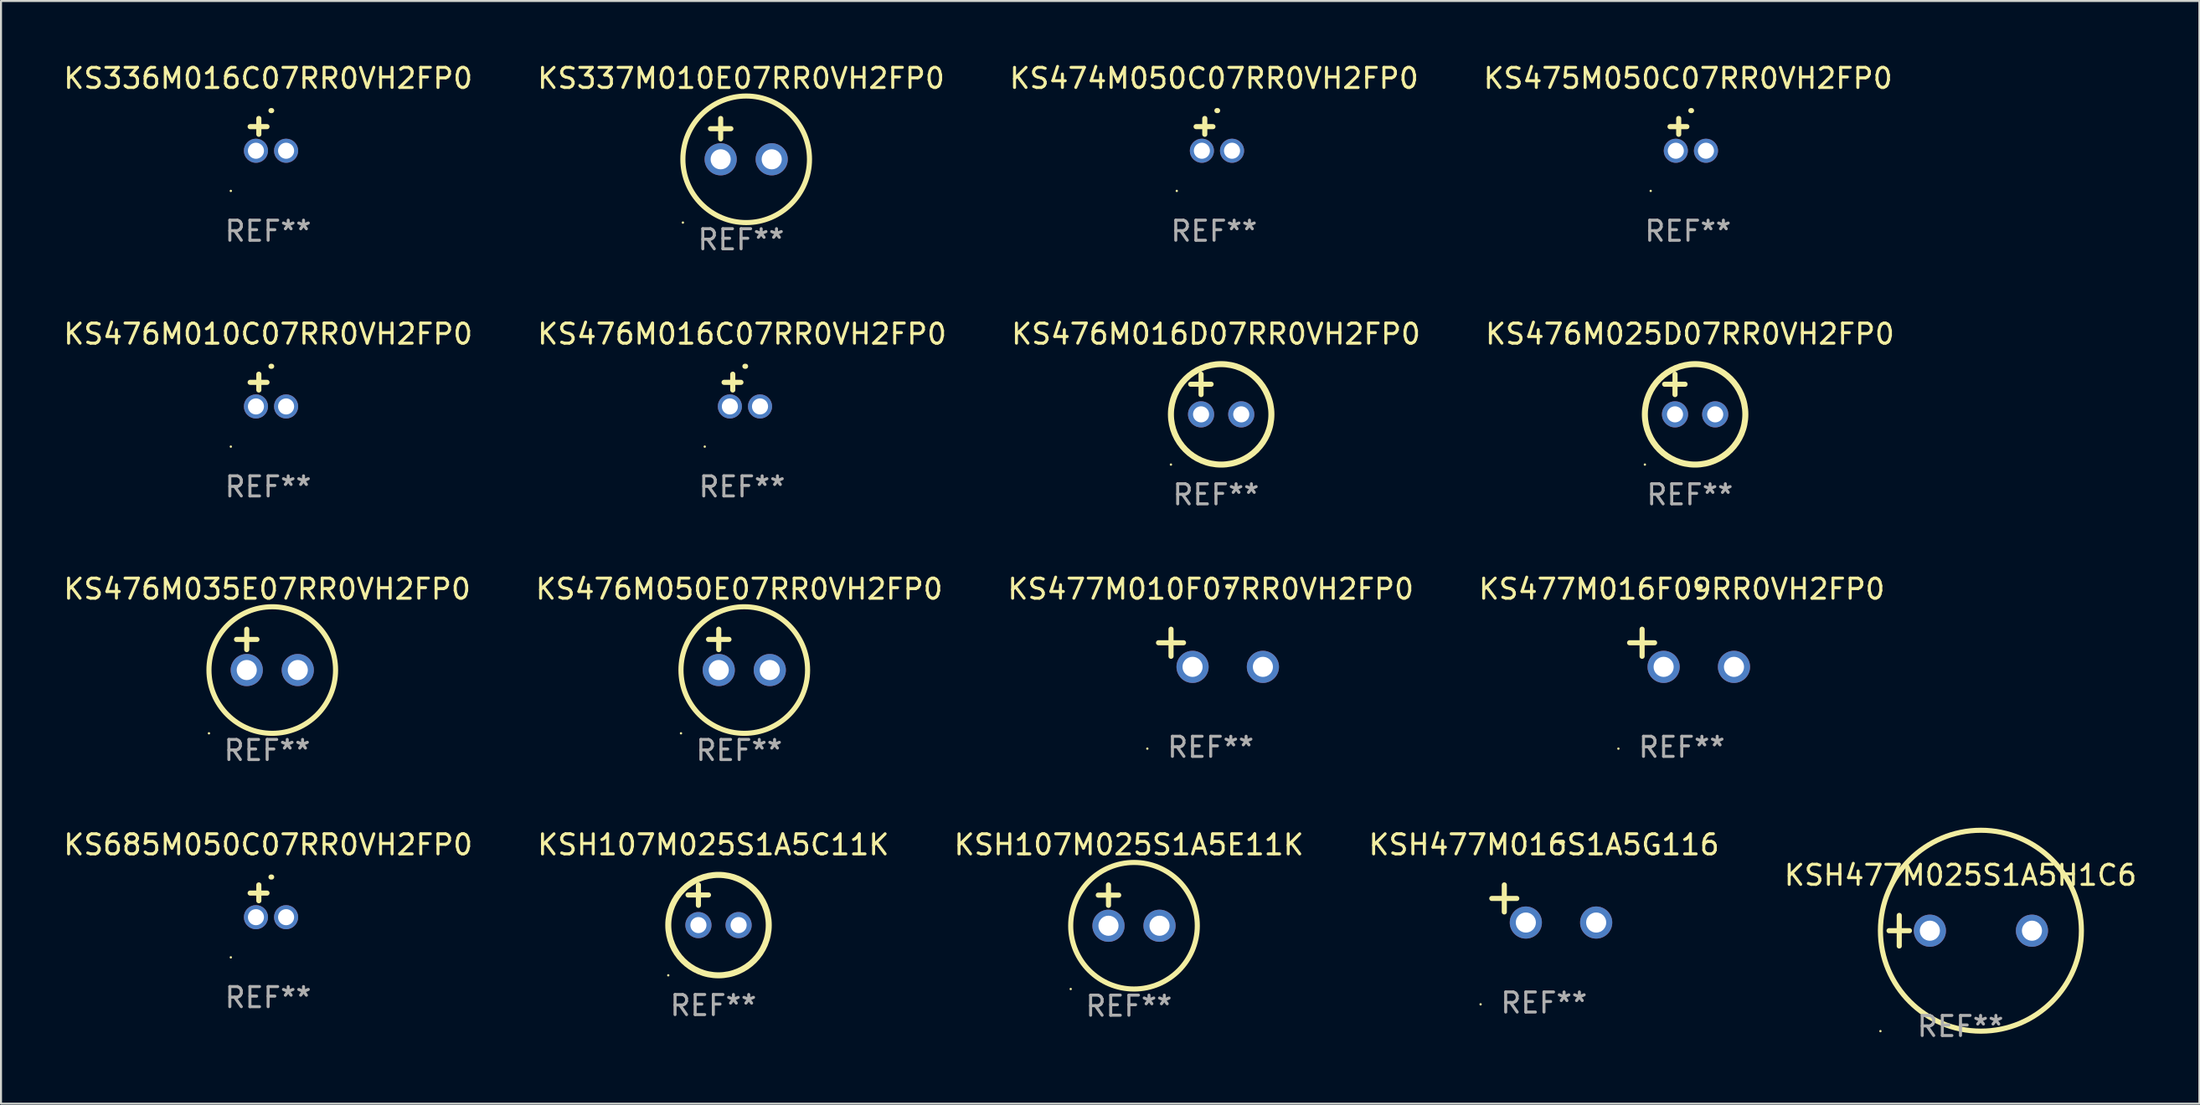
<source format=kicad_pcb>
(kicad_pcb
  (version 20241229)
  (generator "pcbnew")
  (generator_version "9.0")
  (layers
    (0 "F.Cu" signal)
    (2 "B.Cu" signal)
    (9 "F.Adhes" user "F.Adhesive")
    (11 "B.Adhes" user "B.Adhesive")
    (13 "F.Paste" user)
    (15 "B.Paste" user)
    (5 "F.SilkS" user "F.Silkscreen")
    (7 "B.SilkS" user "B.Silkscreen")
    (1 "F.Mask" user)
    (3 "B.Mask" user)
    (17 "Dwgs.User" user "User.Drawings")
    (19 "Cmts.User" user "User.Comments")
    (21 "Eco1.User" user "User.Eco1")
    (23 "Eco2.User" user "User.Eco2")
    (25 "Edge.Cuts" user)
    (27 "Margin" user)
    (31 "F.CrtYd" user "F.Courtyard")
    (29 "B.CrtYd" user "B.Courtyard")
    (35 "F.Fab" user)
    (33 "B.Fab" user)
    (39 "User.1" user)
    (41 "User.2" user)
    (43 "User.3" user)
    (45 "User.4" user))
  (footprint "KS476M016C07RR0VH2FP0"
    (layer "F.Cu")
    (at 33.875 16.38)
    (property "Reference" "KS476M016C07RR0VH2FP0" (at 0 -2.803 0) (layer "F.SilkS") (effects (font (size 1 1) (thickness 0.15))))
    (attr through_hole)
    (fp_line (start -0.462 -0.016) (end -0.462 -0.803) (stroke (width 0.254) (type solid)) (layer "F.SilkS"))
    (fp_line (start -0.056 -0.397) (end -0.894 -0.397) (stroke (width 0.254) (type solid)) (layer "F.SilkS"))
    (fp_arc (start 0.142799 -1.195784) (mid 0.159309 -1.195852) (end 0.175819 -1.195784) (stroke (width 0.254001) (type solid)) (layer "F.SilkS"))
    (fp_circle (center -1.856 2.803) (end -1.826 2.803) (stroke (width 0.06) (type solid)) (fill no) (layer "F.SilkS"))
    (fp_text user "REF**" (at 0 4.803 0) (layer "F.Fab") (effects (font (size 1 1) (thickness 0.15))))
    (pad "1" thru_hole circle (at -0.606 0.803) (size 1.2 1.2) (drill 0.8) (layers "*.Cu" "*.Mask"))
    (pad "2" thru_hole circle (at 0.894 0.803) (size 1.2 1.2) (drill 0.8) (layers "*.Cu" "*.Mask")))
  (footprint "KSH107M025S1A5E11K"
    (layer "F.Cu")
    (at 53.125 42.018)
    (property "Reference" "KSH107M025S1A5E11K" (at 0 -3.016 0) (layer "F.SilkS") (effects (font (size 1 1) (thickness 0.15))))
    (attr through_hole)
    (fp_line (start -1.524 -0.508) (end -0.508 -0.508) (stroke (width 0.254) (type solid)) (layer "F.SilkS"))
    (fp_line (start -1.016 -1.016) (end -1.016 0) (stroke (width 0.254) (type solid)) (layer "F.SilkS"))
    (fp_circle (center -2.896 4.166) (end -2.866 4.166) (stroke (width 0.06) (type solid)) (fill no) (layer "F.SilkS"))
    (fp_circle (center 0.254 1.016) (end 3.404 1.016) (stroke (width 0.254) (type solid)) (fill no) (layer "F.SilkS"))
    (fp_text user "REF**" (at 0 5.016 0) (layer "F.Fab") (effects (font (size 1 1) (thickness 0.15))))
    (pad "1" thru_hole circle (at -1.016 1.016) (size 1.6 1.6) (drill 1) (layers "*.Cu" "*.Mask"))
    (pad "2" thru_hole circle (at 1.524 1.016) (size 1.6 1.6) (drill 1) (layers "*.Cu" "*.Mask")))
  (footprint "KS685M050C07RR0VH2FP0"
    (layer "F.Cu")
    (at 10.292 41.805)
    (property "Reference" "KS685M050C07RR0VH2FP0" (at 0 -2.803 0) (layer "F.SilkS") (effects (font (size 1 1) (thickness 0.15))))
    (attr through_hole)
    (fp_line (start -0.462 -0.016) (end -0.462 -0.803) (stroke (width 0.254) (type solid)) (layer "F.SilkS"))
    (fp_line (start -0.056 -0.397) (end -0.894 -0.397) (stroke (width 0.254) (type solid)) (layer "F.SilkS"))
    (fp_arc (start 0.142799 -1.195784) (mid 0.159309 -1.195852) (end 0.175819 -1.195784) (stroke (width 0.254001) (type solid)) (layer "F.SilkS"))
    (fp_circle (center -1.856 2.803) (end -1.826 2.803) (stroke (width 0.06) (type solid)) (fill no) (layer "F.SilkS"))
    (fp_text user "REF**" (at 0 4.803 0) (layer "F.Fab") (effects (font (size 1 1) (thickness 0.15))))
    (pad "1" thru_hole circle (at -0.606 0.803) (size 1.2 1.2) (drill 0.8) (layers "*.Cu" "*.Mask"))
    (pad "2" thru_hole circle (at 0.894 0.803) (size 1.2 1.2) (drill 0.8) (layers "*.Cu" "*.Mask")))
  (footprint "KS476M050E07RR0VH2FP0"
    (layer "F.Cu")
    (at 33.732 29.289)
    (property "Reference" "KS476M050E07RR0VH2FP0" (at 0 -3.016 0) (layer "F.SilkS") (effects (font (size 1 1) (thickness 0.15))))
    (attr through_hole)
    (fp_line (start -1.524 -0.508) (end -0.508 -0.508) (stroke (width 0.254) (type solid)) (layer "F.SilkS"))
    (fp_line (start -1.016 -1.016) (end -1.016 0) (stroke (width 0.254) (type solid)) (layer "F.SilkS"))
    (fp_circle (center -2.896 4.166) (end -2.866 4.166) (stroke (width 0.06) (type solid)) (fill no) (layer "F.SilkS"))
    (fp_circle (center 0.254 1.016) (end 3.404 1.016) (stroke (width 0.254) (type solid)) (fill no) (layer "F.SilkS"))
    (fp_text user "REF**" (at 0 5.016 0) (layer "F.Fab") (effects (font (size 1 1) (thickness 0.15))))
    (pad "1" thru_hole circle (at -1.016 1.016) (size 1.6 1.6) (drill 1) (layers "*.Cu" "*.Mask"))
    (pad "2" thru_hole circle (at 1.524 1.016) (size 1.6 1.6) (drill 1) (layers "*.Cu" "*.Mask")))
  (footprint "KSH477M025S1A5H1C6"
    (layer "F.Cu")
    (at 94.506 43.281)
    (property "Reference" "KSH477M025S1A5H1C6" (at 0 -2.762 0) (layer "F.SilkS") (effects (font (size 1 1) (thickness 0.15))))
    (attr through_hole)
    (fp_line (start -3.556 0) (end -2.54 0) (stroke (width 0.254) (type solid)) (layer "F.SilkS"))
    (fp_line (start -3.048 -0.762) (end -3.048 0.762) (stroke (width 0.254) (type solid)) (layer "F.SilkS"))
    (fp_circle (center -3.984 5) (end -3.954 5) (stroke (width 0.06) (type solid)) (fill no) (layer "F.SilkS"))
    (fp_circle (center 1.016 0) (end 6.016 0) (stroke (width 0.254) (type solid)) (fill no) (layer "F.SilkS"))
    (fp_text user "REF**" (at 0 4.762 0) (layer "F.Fab") (effects (font (size 1 1) (thickness 0.15))))
    (pad "1" thru_hole circle (at -1.524 0) (size 1.6 1.6) (drill 1) (layers "*.Cu" "*.Mask"))
    (pad "2" thru_hole circle (at 3.556 0) (size 1.6 1.6) (drill 1) (layers "*.Cu" "*.Mask")))
  (footprint "KS336M016C07RR0VH2FP0"
    (layer "F.Cu")
    (at 10.292 3.651)
    (property "Reference" "KS336M016C07RR0VH2FP0" (at 0 -2.803 0) (layer "F.SilkS") (effects (font (size 1 1) (thickness 0.15))))
    (attr through_hole)
    (fp_line (start -0.462 -0.016) (end -0.462 -0.803) (stroke (width 0.254) (type solid)) (layer "F.SilkS"))
    (fp_line (start -0.056 -0.397) (end -0.894 -0.397) (stroke (width 0.254) (type solid)) (layer "F.SilkS"))
    (fp_arc (start 0.142799 -1.195784) (mid 0.159309 -1.195852) (end 0.175819 -1.195784) (stroke (width 0.254001) (type solid)) (layer "F.SilkS"))
    (fp_circle (center -1.856 2.803) (end -1.826 2.803) (stroke (width 0.06) (type solid)) (fill no) (layer "F.SilkS"))
    (fp_text user "REF**" (at 0 4.803 0) (layer "F.Fab") (effects (font (size 1 1) (thickness 0.15))))
    (pad "1" thru_hole circle (at -0.606 0.803) (size 1.2 1.2) (drill 0.8) (layers "*.Cu" "*.Mask"))
    (pad "2" thru_hole circle (at 0.894 0.803) (size 1.2 1.2) (drill 0.8) (layers "*.Cu" "*.Mask")))
  (footprint "KS476M035E07RR0VH2FP0"
    (layer "F.Cu")
    (at 10.244 29.289)
    (property "Reference" "KS476M035E07RR0VH2FP0" (at 0 -3.016 0) (layer "F.SilkS") (effects (font (size 1 1) (thickness 0.15))))
    (attr through_hole)
    (fp_line (start -1.524 -0.508) (end -0.508 -0.508) (stroke (width 0.254) (type solid)) (layer "F.SilkS"))
    (fp_line (start -1.016 -1.016) (end -1.016 0) (stroke (width 0.254) (type solid)) (layer "F.SilkS"))
    (fp_circle (center -2.896 4.166) (end -2.866 4.166) (stroke (width 0.06) (type solid)) (fill no) (layer "F.SilkS"))
    (fp_circle (center 0.254 1.016) (end 3.404 1.016) (stroke (width 0.254) (type solid)) (fill no) (layer "F.SilkS"))
    (fp_text user "REF**" (at 0 5.016 0) (layer "F.Fab") (effects (font (size 1 1) (thickness 0.15))))
    (pad "1" thru_hole circle (at -1.016 1.016) (size 1.6 1.6) (drill 1) (layers "*.Cu" "*.Mask"))
    (pad "2" thru_hole circle (at 1.524 1.016) (size 1.6 1.6) (drill 1) (layers "*.Cu" "*.Mask")))
  (footprint "KS477M016F09RR0VH2FP0"
    (layer "F.Cu")
    (at 80.637 29.21)
    (property "Reference" "KS477M016F09RR0VH2FP0" (at 0 -2.937 0) (layer "F.SilkS") (effects (font (size 1 1) (thickness 0.15))))
    (attr through_hole)
    (fp_line (start -1.975 0.41) (end -1.975 -0.937) (stroke (width 0.254) (type solid)) (layer "F.SilkS"))
    (fp_line (start -1.353 -0.263) (end -2.597 -0.263) (stroke (width 0.254) (type solid)) (layer "F.SilkS"))
    (fp_arc (start 0.849809 -3.063957) (mid 0.885369 -3.064114) (end 0.920929 -3.063957) (stroke (width 0.254001) (type solid)) (layer "F.SilkS"))
    (fp_circle (center -3.154 5.008) (end -3.124 5.008) (stroke (width 0.06) (type solid)) (fill no) (layer "F.SilkS"))
    (fp_text user "REF**" (at 0 4.937 0) (layer "F.Fab") (effects (font (size 1 1) (thickness 0.15))))
    (pad "1" thru_hole circle (at -0.903 0.937) (size 1.6 1.6) (drill 1) (layers "*.Cu" "*.Mask"))
    (pad "2" thru_hole circle (at 2.597 0.937) (size 1.6 1.6) (drill 1) (layers "*.Cu" "*.Mask")))
  (footprint "KS477M010F07RR0VH2FP0"
    (layer "F.Cu")
    (at 57.196 29.21)
    (property "Reference" "KS477M010F07RR0VH2FP0" (at 0 -2.937 0) (layer "F.SilkS") (effects (font (size 1 1) (thickness 0.15))))
    (attr through_hole)
    (fp_line (start -1.975 0.41) (end -1.975 -0.937) (stroke (width 0.254) (type solid)) (layer "F.SilkS"))
    (fp_line (start -1.353 -0.263) (end -2.597 -0.263) (stroke (width 0.254) (type solid)) (layer "F.SilkS"))
    (fp_arc (start 0.849809 -3.063957) (mid 0.885369 -3.064114) (end 0.920929 -3.063957) (stroke (width 0.254001) (type solid)) (layer "F.SilkS"))
    (fp_circle (center -3.154 5.008) (end -3.124 5.008) (stroke (width 0.06) (type solid)) (fill no) (layer "F.SilkS"))
    (fp_text user "REF**" (at 0 4.937 0) (layer "F.Fab") (effects (font (size 1 1) (thickness 0.15))))
    (pad "1" thru_hole circle (at -0.903 0.937) (size 1.6 1.6) (drill 1) (layers "*.Cu" "*.Mask"))
    (pad "2" thru_hole circle (at 2.597 0.937) (size 1.6 1.6) (drill 1) (layers "*.Cu" "*.Mask")))
  (footprint "KS474M050C07RR0VH2FP0"
    (layer "F.Cu")
    (at 57.363 3.651)
    (property "Reference" "KS474M050C07RR0VH2FP0" (at 0 -2.803 0) (layer "F.SilkS") (effects (font (size 1 1) (thickness 0.15))))
    (attr through_hole)
    (fp_line (start -0.462 -0.016) (end -0.462 -0.803) (stroke (width 0.254) (type solid)) (layer "F.SilkS"))
    (fp_line (start -0.056 -0.397) (end -0.894 -0.397) (stroke (width 0.254) (type solid)) (layer "F.SilkS"))
    (fp_arc (start 0.142799 -1.195784) (mid 0.159309 -1.195852) (end 0.175819 -1.195784) (stroke (width 0.254001) (type solid)) (layer "F.SilkS"))
    (fp_circle (center -1.856 2.803) (end -1.826 2.803) (stroke (width 0.06) (type solid)) (fill no) (layer "F.SilkS"))
    (fp_text user "REF**" (at 0 4.803 0) (layer "F.Fab") (effects (font (size 1 1) (thickness 0.15))))
    (pad "1" thru_hole circle (at -0.606 0.803) (size 1.2 1.2) (drill 0.8) (layers "*.Cu" "*.Mask"))
    (pad "2" thru_hole circle (at 0.894 0.803) (size 1.2 1.2) (drill 0.8) (layers "*.Cu" "*.Mask")))
  (footprint "KSH477M016S1A5G116"
    (layer "F.Cu")
    (at 73.78 41.938)
    (property "Reference" "KSH477M016S1A5G116" (at 0 -2.937 0) (layer "F.SilkS") (effects (font (size 1 1) (thickness 0.15))))
    (attr through_hole)
    (fp_line (start -1.975 0.41) (end -1.975 -0.937) (stroke (width 0.254) (type solid)) (layer "F.SilkS"))
    (fp_line (start -1.353 -0.263) (end -2.597 -0.263) (stroke (width 0.254) (type solid)) (layer "F.SilkS"))
    (fp_arc (start 0.849809 -3.063957) (mid 0.885369 -3.064114) (end 0.920929 -3.063957) (stroke (width 0.254001) (type solid)) (layer "F.SilkS"))
    (fp_circle (center -3.154 5.008) (end -3.124 5.008) (stroke (width 0.06) (type solid)) (fill no) (layer "F.SilkS"))
    (fp_text user "REF**" (at 0 4.937 0) (layer "F.Fab") (effects (font (size 1 1) (thickness 0.15))))
    (pad "1" thru_hole circle (at -0.903 0.937) (size 1.6 1.6) (drill 1) (layers "*.Cu" "*.Mask"))
    (pad "2" thru_hole circle (at 2.597 0.937) (size 1.6 1.6) (drill 1) (layers "*.Cu" "*.Mask")))
  (footprint "KS476M016D07RR0VH2FP0"
    (layer "F.Cu")
    (at 57.458 16.577)
    (property "Reference" "KS476M016D07RR0VH2FP0" (at 0 -3 0) (layer "F.SilkS") (effects (font (size 1 1) (thickness 0.15))))
    (attr through_hole)
    (fp_line (start -1.258 -0.5) (end -0.242 -0.5) (stroke (width 0.254) (type solid)) (layer "F.SilkS"))
    (fp_line (start -0.742 -1) (end -0.742 0.016) (stroke (width 0.254) (type solid)) (layer "F.SilkS"))
    (fp_circle (center -2.242 3.5) (end -2.212 3.5) (stroke (width 0.06) (type solid)) (fill no) (layer "F.SilkS"))
    (fp_circle (center 0.258 1) (end 2.758 1) (stroke (width 0.3) (type solid)) (fill no) (layer "F.SilkS"))
    (fp_text user "REF**" (at 0 5 0) (layer "F.Fab") (effects (font (size 1 1) (thickness 0.15))))
    (pad "1" thru_hole circle (at -0.742 1) (size 1.3 1.3) (drill 0.8) (layers "*.Cu" "*.Mask"))
    (pad "2" thru_hole circle (at 1.258 1) (size 1.3 1.3) (drill 0.8) (layers "*.Cu" "*.Mask")))
  (footprint "KS337M010E07RR0VH2FP0"
    (layer "F.Cu")
    (at 33.827 3.864)
    (property "Reference" "KS337M010E07RR0VH2FP0" (at 0 -3.016 0) (layer "F.SilkS") (effects (font (size 1 1) (thickness 0.15))))
    (attr through_hole)
    (fp_line (start -1.524 -0.508) (end -0.508 -0.508) (stroke (width 0.254) (type solid)) (layer "F.SilkS"))
    (fp_line (start -1.016 -1.016) (end -1.016 0) (stroke (width 0.254) (type solid)) (layer "F.SilkS"))
    (fp_circle (center -2.896 4.166) (end -2.866 4.166) (stroke (width 0.06) (type solid)) (fill no) (layer "F.SilkS"))
    (fp_circle (center 0.254 1.016) (end 3.404 1.016) (stroke (width 0.254) (type solid)) (fill no) (layer "F.SilkS"))
    (fp_text user "REF**" (at 0 5.016 0) (layer "F.Fab") (effects (font (size 1 1) (thickness 0.15))))
    (pad "1" thru_hole circle (at -1.016 1.016) (size 1.6 1.6) (drill 1) (layers "*.Cu" "*.Mask"))
    (pad "2" thru_hole circle (at 1.524 1.016) (size 1.6 1.6) (drill 1) (layers "*.Cu" "*.Mask")))
  (footprint "KS476M025D07RR0VH2FP0"
    (layer "F.Cu")
    (at 81.042 16.577)
    (property "Reference" "KS476M025D07RR0VH2FP0" (at 0 -3 0) (layer "F.SilkS") (effects (font (size 1 1) (thickness 0.15))))
    (attr through_hole)
    (fp_line (start -1.258 -0.5) (end -0.242 -0.5) (stroke (width 0.254) (type solid)) (layer "F.SilkS"))
    (fp_line (start -0.742 -1) (end -0.742 0.016) (stroke (width 0.254) (type solid)) (layer "F.SilkS"))
    (fp_circle (center -2.242 3.5) (end -2.212 3.5) (stroke (width 0.06) (type solid)) (fill no) (layer "F.SilkS"))
    (fp_circle (center 0.258 1) (end 2.758 1) (stroke (width 0.3) (type solid)) (fill no) (layer "F.SilkS"))
    (fp_text user "REF**" (at 0 5 0) (layer "F.Fab") (effects (font (size 1 1) (thickness 0.15))))
    (pad "1" thru_hole circle (at -0.742 1) (size 1.3 1.3) (drill 0.8) (layers "*.Cu" "*.Mask"))
    (pad "2" thru_hole circle (at 1.258 1) (size 1.3 1.3) (drill 0.8) (layers "*.Cu" "*.Mask")))
  (footprint "KS475M050C07RR0VH2FP0"
    (layer "F.Cu")
    (at 80.946 3.651)
    (property "Reference" "KS475M050C07RR0VH2FP0" (at 0 -2.803 0) (layer "F.SilkS") (effects (font (size 1 1) (thickness 0.15))))
    (attr through_hole)
    (fp_line (start -0.462 -0.016) (end -0.462 -0.803) (stroke (width 0.254) (type solid)) (layer "F.SilkS"))
    (fp_line (start -0.056 -0.397) (end -0.894 -0.397) (stroke (width 0.254) (type solid)) (layer "F.SilkS"))
    (fp_arc (start 0.142799 -1.195784) (mid 0.159309 -1.195852) (end 0.175819 -1.195784) (stroke (width 0.254001) (type solid)) (layer "F.SilkS"))
    (fp_circle (center -1.856 2.803) (end -1.826 2.803) (stroke (width 0.06) (type solid)) (fill no) (layer "F.SilkS"))
    (fp_text user "REF**" (at 0 4.803 0) (layer "F.Fab") (effects (font (size 1 1) (thickness 0.15))))
    (pad "1" thru_hole circle (at -0.606 0.803) (size 1.2 1.2) (drill 0.8) (layers "*.Cu" "*.Mask"))
    (pad "2" thru_hole circle (at 0.894 0.803) (size 1.2 1.2) (drill 0.8) (layers "*.Cu" "*.Mask")))
  (footprint "KS476M010C07RR0VH2FP0"
    (layer "F.Cu")
    (at 10.292 16.38)
    (property "Reference" "KS476M010C07RR0VH2FP0" (at 0 -2.803 0) (layer "F.SilkS") (effects (font (size 1 1) (thickness 0.15))))
    (attr through_hole)
    (fp_line (start -0.462 -0.016) (end -0.462 -0.803) (stroke (width 0.254) (type solid)) (layer "F.SilkS"))
    (fp_line (start -0.056 -0.397) (end -0.894 -0.397) (stroke (width 0.254) (type solid)) (layer "F.SilkS"))
    (fp_arc (start 0.142799 -1.195784) (mid 0.159309 -1.195852) (end 0.175819 -1.195784) (stroke (width 0.254001) (type solid)) (layer "F.SilkS"))
    (fp_circle (center -1.856 2.803) (end -1.826 2.803) (stroke (width 0.06) (type solid)) (fill no) (layer "F.SilkS"))
    (fp_text user "REF**" (at 0 4.803 0) (layer "F.Fab") (effects (font (size 1 1) (thickness 0.15))))
    (pad "1" thru_hole circle (at -0.606 0.803) (size 1.2 1.2) (drill 0.8) (layers "*.Cu" "*.Mask"))
    (pad "2" thru_hole circle (at 0.894 0.803) (size 1.2 1.2) (drill 0.8) (layers "*.Cu" "*.Mask")))
  (footprint "KSH107M025S1A5C11K"
    (layer "F.Cu")
    (at 32.446 42.002)
    (property "Reference" "KSH107M025S1A5C11K" (at 0 -3 0) (layer "F.SilkS") (effects (font (size 1 1) (thickness 0.15))))
    (attr through_hole)
    (fp_line (start -1.258 -0.5) (end -0.242 -0.5) (stroke (width 0.254) (type solid)) (layer "F.SilkS"))
    (fp_line (start -0.742 -1) (end -0.742 0.016) (stroke (width 0.254) (type solid)) (layer "F.SilkS"))
    (fp_circle (center -2.242 3.5) (end -2.212 3.5) (stroke (width 0.06) (type solid)) (fill no) (layer "F.SilkS"))
    (fp_circle (center 0.258 1) (end 2.758 1) (stroke (width 0.3) (type solid)) (fill no) (layer "F.SilkS"))
    (fp_text user "REF**" (at 0 5 0) (layer "F.Fab") (effects (font (size 1 1) (thickness 0.15))))
    (pad "1" thru_hole circle (at -0.742 1) (size 1.3 1.3) (drill 0.8) (layers "*.Cu" "*.Mask"))
    (pad "2" thru_hole circle (at 1.258 1) (size 1.3 1.3) (drill 0.8) (layers "*.Cu" "*.Mask")))
  (gr_rect
    (start -3 -3)
    (end 106.393 51.891)
    (stroke (width 0.1) (type default))
    (fill no)
    (layer "Edge.Cuts")))
</source>
